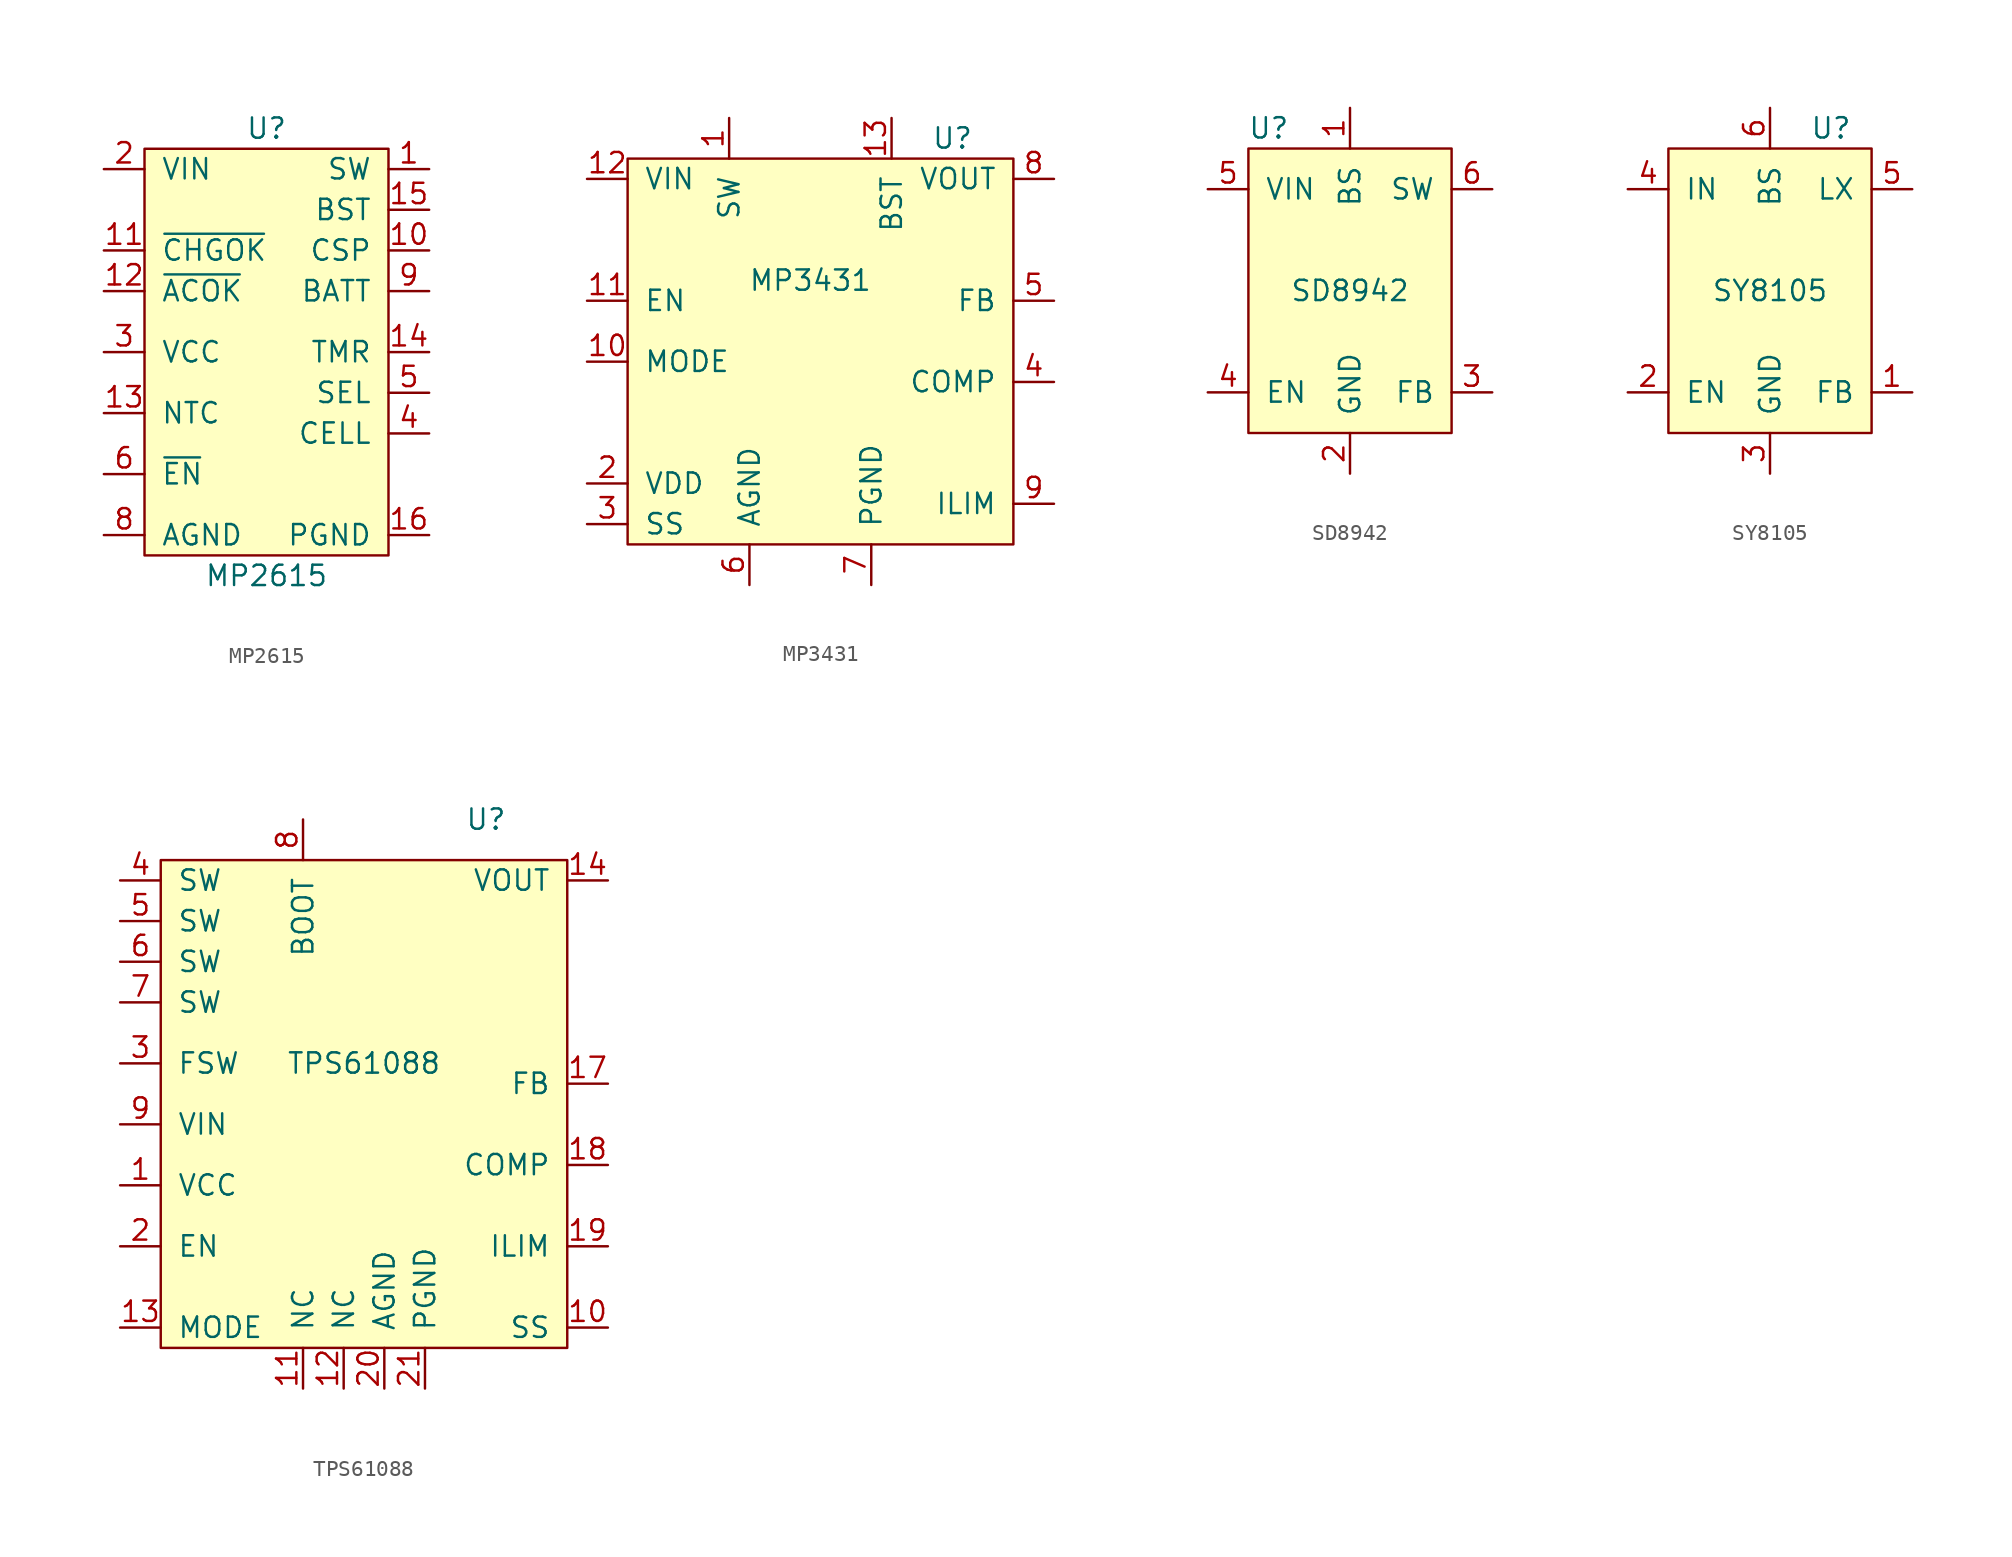
<source format=kicad_sym>
(kicad_symbol_lib
  (version 20211014)
  (generator kicad_symbol_editor)
  (symbol "MP2615"
    (pin_names
      (offset 1.016))
    (property "Reference" "U"
      (at 0 13.97 0)
      (effects (font (size 1.27 1.27))))
    (property "Value" "MP2615"
      (at 0 -13.97 0)
      (effects (font (size 1.27 1.27))))
    (symbol "MP2615_0_1"
      (rectangle (start -7.62 12.7) (end 7.62 -12.7) (stroke (width 0) (type default) (color 0 0 0 0)) (fill (type background))))
    (symbol "MP2615_1_1"
      (pin power_out line (at 10.16 11.43 180) (length 2.54) (name "SW" (effects (font (size 1.27 1.27)))) (number "1" (effects (font (size 1.27 1.27)))))
      (pin passive line (at 10.16 6.35 180) (length 2.54) (name "CSP" (effects (font (size 1.27 1.27)))) (number "10" (effects (font (size 1.27 1.27)))))
      (pin open_collector line (at -10.16 6.35 0) (length 2.54) (name "~{CHGOK}" (effects (font (size 1.27 1.27)))) (number "11" (effects (font (size 1.27 1.27)))))
      (pin open_collector line (at -10.16 3.81 0) (length 2.54) (name "~{ACOK}" (effects (font (size 1.27 1.27)))) (number "12" (effects (font (size 1.27 1.27)))))
      (pin input line (at -10.16 -3.81 0) (length 2.54) (name "NTC" (effects (font (size 1.27 1.27)))) (number "13" (effects (font (size 1.27 1.27)))))
      (pin input line (at 10.16 0 180) (length 2.54) (name "TMR" (effects (font (size 1.27 1.27)))) (number "14" (effects (font (size 1.27 1.27)))))
      (pin passive line (at 10.16 8.89 180) (length 2.54) (name "BST" (effects (font (size 1.27 1.27)))) (number "15" (effects (font (size 1.27 1.27)))))
      (pin power_in line (at 10.16 -11.43 180) (length 2.54) (name "PGND" (effects (font (size 1.27 1.27)))) (number "16" (effects (font (size 1.27 1.27)))))
      (pin power_in line (at -10.16 11.43 0) (length 2.54) (name "VIN" (effects (font (size 1.27 1.27)))) (number "2" (effects (font (size 1.27 1.27)))))
      (pin power_out line (at -10.16 0 0) (length 2.54) (name "VCC" (effects (font (size 1.27 1.27)))) (number "3" (effects (font (size 1.27 1.27)))))
      (pin input line (at 10.16 -5.08 180) (length 2.54) (name "CELL" (effects (font (size 1.27 1.27)))) (number "4" (effects (font (size 1.27 1.27)))))
      (pin input line (at 10.16 -2.54 180) (length 2.54) (name "SEL" (effects (font (size 1.27 1.27)))) (number "5" (effects (font (size 1.27 1.27)))))
      (pin input line (at -10.16 -7.62 0) (length 2.54) (name "~{EN}" (effects (font (size 1.27 1.27)))) (number "6" (effects (font (size 1.27 1.27)))))
      (pin power_in line (at -10.16 -11.43 0) (length 2.54) (name "AGND" (effects (font (size 1.27 1.27)))) (number "8" (effects (font (size 1.27 1.27)))))
      (pin power_out line (at 10.16 3.81 180) (length 2.54) (name "BATT" (effects (font (size 1.27 1.27)))) (number "9" (effects (font (size 1.27 1.27)))))))
  (symbol "MP3431"
    (pin_names
      (offset 1.016))
    (property "Reference" "U"
      (at 8.89 16.51 0)
      (effects (font (size 1.27 1.27))))
    (property "Value" "MP3431"
      (at 0 7.62 0)
      (effects (font (size 1.27 1.27))))
    (symbol "MP3431_0_1"
      (rectangle (start -11.43 15.24) (end 12.7 -8.89) (stroke (width 0) (type default) (color 0 0 0 0)) (fill (type background))))
    (symbol "MP3431_1_1"
      (pin passive line (at -5.08 17.78 270) (length 2.54) (name "SW" (effects (font (size 1.27 1.27)))) (number "1" (effects (font (size 1.27 1.27)))))
      (pin input line (at -13.97 2.54 0) (length 2.54) (name "MODE" (effects (font (size 1.27 1.27)))) (number "10" (effects (font (size 1.27 1.27)))))
      (pin input line (at -13.97 6.35 0) (length 2.54) (name "EN" (effects (font (size 1.27 1.27)))) (number "11" (effects (font (size 1.27 1.27)))))
      (pin power_in line (at -13.97 13.97 0) (length 2.54) (name "VIN" (effects (font (size 1.27 1.27)))) (number "12" (effects (font (size 1.27 1.27)))))
      (pin passive line (at 5.08 17.78 270) (length 2.54) (name "BST" (effects (font (size 1.27 1.27)))) (number "13" (effects (font (size 1.27 1.27)))))
      (pin power_out line (at -13.97 -5.08 0) (length 2.54) (name "VDD" (effects (font (size 1.27 1.27)))) (number "2" (effects (font (size 1.27 1.27)))))
      (pin passive line (at -13.97 -7.62 0) (length 2.54) (name "SS" (effects (font (size 1.27 1.27)))) (number "3" (effects (font (size 1.27 1.27)))))
      (pin passive line (at 15.24 1.27 180) (length 2.54) (name "COMP" (effects (font (size 1.27 1.27)))) (number "4" (effects (font (size 1.27 1.27)))))
      (pin input line (at 15.24 6.35 180) (length 2.54) (name "FB" (effects (font (size 1.27 1.27)))) (number "5" (effects (font (size 1.27 1.27)))))
      (pin power_in line (at -3.81 -11.43 90) (length 2.54) (name "AGND" (effects (font (size 1.27 1.27)))) (number "6" (effects (font (size 1.27 1.27)))))
      (pin power_in line (at 3.81 -11.43 90) (length 2.54) (name "PGND" (effects (font (size 1.27 1.27)))) (number "7" (effects (font (size 1.27 1.27)))))
      (pin power_out line (at 15.24 13.97 180) (length 2.54) (name "VOUT" (effects (font (size 1.27 1.27)))) (number "8" (effects (font (size 1.27 1.27)))))
      (pin passive line (at 15.24 -6.35 180) (length 2.54) (name "ILIM" (effects (font (size 1.27 1.27)))) (number "9" (effects (font (size 1.27 1.27)))))))
  (symbol "SD8942"
    (pin_names
      (offset 1.016))
    (property "Reference" "U"
      (at -5.08 6.35 0)
      (effects (font (size 1.27 1.27))))
    (property "Value" "SD8942"
      (at 0 -3.81 0)
      (effects (font (size 1.27 1.27))))
    (symbol "SD8942_0_1"
      (rectangle (start -6.35 5.08) (end 6.35 -12.7) (stroke (width 0) (type default) (color 0 0 0 0)) (fill (type background))))
    (symbol "SD8942_1_1"
      (pin passive line (at 0 7.62 270) (length 2.54) (name "BS" (effects (font (size 1.27 1.27)))) (number "1" (effects (font (size 1.27 1.27)))))
      (pin power_in line (at 0 -15.24 90) (length 2.54) (name "GND" (effects (font (size 1.27 1.27)))) (number "2" (effects (font (size 1.27 1.27)))))
      (pin input line (at 8.89 -10.16 180) (length 2.54) (name "FB" (effects (font (size 1.27 1.27)))) (number "3" (effects (font (size 1.27 1.27)))))
      (pin input line (at -8.89 -10.16 0) (length 2.54) (name "EN" (effects (font (size 1.27 1.27)))) (number "4" (effects (font (size 1.27 1.27)))))
      (pin power_in line (at -8.89 2.54 0) (length 2.54) (name "VIN" (effects (font (size 1.27 1.27)))) (number "5" (effects (font (size 1.27 1.27)))))
      (pin passive line (at 8.89 2.54 180) (length 2.54) (name "SW" (effects (font (size 1.27 1.27)))) (number "6" (effects (font (size 1.27 1.27)))))))
  (symbol "SY8105"
    (pin_names
      (offset 1.016))
    (property "Reference" "U"
      (at 3.81 11.43 0)
      (effects (font (size 1.27 1.27))))
    (property "Value" "SY8105"
      (at 0 1.27 0)
      (effects (font (size 1.27 1.27))))
    (symbol "SY8105_0_1"
      (rectangle (start -6.35 -7.62) (end 6.35 10.16) (stroke (width 0) (type default) (color 0 0 0 0)) (fill (type background))))
    (symbol "SY8105_1_1"
      (pin input line (at 8.89 -5.08 180) (length 2.54) (name "FB" (effects (font (size 1.27 1.27)))) (number "1" (effects (font (size 1.27 1.27)))))
      (pin input line (at -8.89 -5.08 0) (length 2.54) (name "EN" (effects (font (size 1.27 1.27)))) (number "2" (effects (font (size 1.27 1.27)))))
      (pin power_in line (at 0 -10.16 90) (length 2.54) (name "GND" (effects (font (size 1.27 1.27)))) (number "3" (effects (font (size 1.27 1.27)))))
      (pin power_in line (at -8.89 7.62 0) (length 2.54) (name "IN" (effects (font (size 1.27 1.27)))) (number "4" (effects (font (size 1.27 1.27)))))
      (pin power_out line (at 8.89 7.62 180) (length 2.54) (name "LX" (effects (font (size 1.27 1.27)))) (number "5" (effects (font (size 1.27 1.27)))))
      (pin passive line (at 0 12.7 270) (length 2.54) (name "BS" (effects (font (size 1.27 1.27)))) (number "6" (effects (font (size 1.27 1.27)))))))
  (symbol "TPS61088"
    (pin_names
      (offset 1.016))
    (property "Reference" "U"
      (at 7.62 17.78 0)
      (effects (font (size 1.27 1.27))))
    (property "Value" "TPS61088"
      (at 0 2.54 0)
      (effects (font (size 1.27 1.27))))
    (symbol "TPS61088_0_1"
      (rectangle (start -12.7 15.24) (end 12.7 -15.24) (stroke (width 0) (type default) (color 0 0 0 0)) (fill (type background))))
    (symbol "TPS61088_1_1"
      (pin power_out line (at -15.24 -5.08 0) (length 2.54) (name "VCC" (effects (font (size 1.27 1.27)))) (number "1" (effects (font (size 1.27 1.27)))))
      (pin input line (at 15.24 -13.97 180) (length 2.54) (name "SS" (effects (font (size 1.27 1.27)))) (number "10" (effects (font (size 1.27 1.27)))))
      (pin passive line (at -3.81 -17.78 90) (length 2.54) (name "NC" (effects (font (size 1.27 1.27)))) (number "11" (effects (font (size 1.27 1.27)))))
      (pin passive line (at -1.27 -17.78 90) (length 2.54) (name "NC" (effects (font (size 1.27 1.27)))) (number "12" (effects (font (size 1.27 1.27)))))
      (pin input line (at -15.24 -13.97 0) (length 2.54) (name "MODE" (effects (font (size 1.27 1.27)))) (number "13" (effects (font (size 1.27 1.27)))))
      (pin power_out line (at 15.24 13.97 180) (length 2.54) (name "VOUT" (effects (font (size 1.27 1.27)))) (number "14" (effects (font (size 1.27 1.27)))))
      (pin passive line (at 15.24 13.97 180) (length 2.54) hide (name "VOUT" (effects (font (size 1.27 1.27)))) (number "15" (effects (font (size 1.27 1.27)))))
      (pin passive line (at 15.24 13.97 180) (length 2.54) hide (name "VOUT" (effects (font (size 1.27 1.27)))) (number "16" (effects (font (size 1.27 1.27)))))
      (pin input line (at 15.24 1.27 180) (length 2.54) (name "FB" (effects (font (size 1.27 1.27)))) (number "17" (effects (font (size 1.27 1.27)))))
      (pin output line (at 15.24 -3.81 180) (length 2.54) (name "COMP" (effects (font (size 1.27 1.27)))) (number "18" (effects (font (size 1.27 1.27)))))
      (pin output line (at 15.24 -8.89 180) (length 2.54) (name "ILIM" (effects (font (size 1.27 1.27)))) (number "19" (effects (font (size 1.27 1.27)))))
      (pin input line (at -15.24 -8.89 0) (length 2.54) (name "EN" (effects (font (size 1.27 1.27)))) (number "2" (effects (font (size 1.27 1.27)))))
      (pin power_in line (at 1.27 -17.78 90) (length 2.54) (name "AGND" (effects (font (size 1.27 1.27)))) (number "20" (effects (font (size 1.27 1.27)))))
      (pin power_in line (at 3.81 -17.78 90) (length 2.54) (name "PGND" (effects (font (size 1.27 1.27)))) (number "21" (effects (font (size 1.27 1.27)))))
      (pin input line (at -15.24 2.54 0) (length 2.54) (name "FSW" (effects (font (size 1.27 1.27)))) (number "3" (effects (font (size 1.27 1.27)))))
      (pin power_in line (at -15.24 13.97 0) (length 2.54) (name "SW" (effects (font (size 1.27 1.27)))) (number "4" (effects (font (size 1.27 1.27)))))
      (pin power_in line (at -15.24 11.43 0) (length 2.54) (name "SW" (effects (font (size 1.27 1.27)))) (number "5" (effects (font (size 1.27 1.27)))))
      (pin power_in line (at -15.24 8.89 0) (length 2.54) (name "SW" (effects (font (size 1.27 1.27)))) (number "6" (effects (font (size 1.27 1.27)))))
      (pin power_in line (at -15.24 6.35 0) (length 2.54) (name "SW" (effects (font (size 1.27 1.27)))) (number "7" (effects (font (size 1.27 1.27)))))
      (pin output line (at -3.81 17.78 270) (length 2.54) (name "BOOT" (effects (font (size 1.27 1.27)))) (number "8" (effects (font (size 1.27 1.27)))))
      (pin power_in line (at -15.24 -1.27 0) (length 2.54) (name "VIN" (effects (font (size 1.27 1.27)))) (number "9" (effects (font (size 1.27 1.27))))))))
</source>
